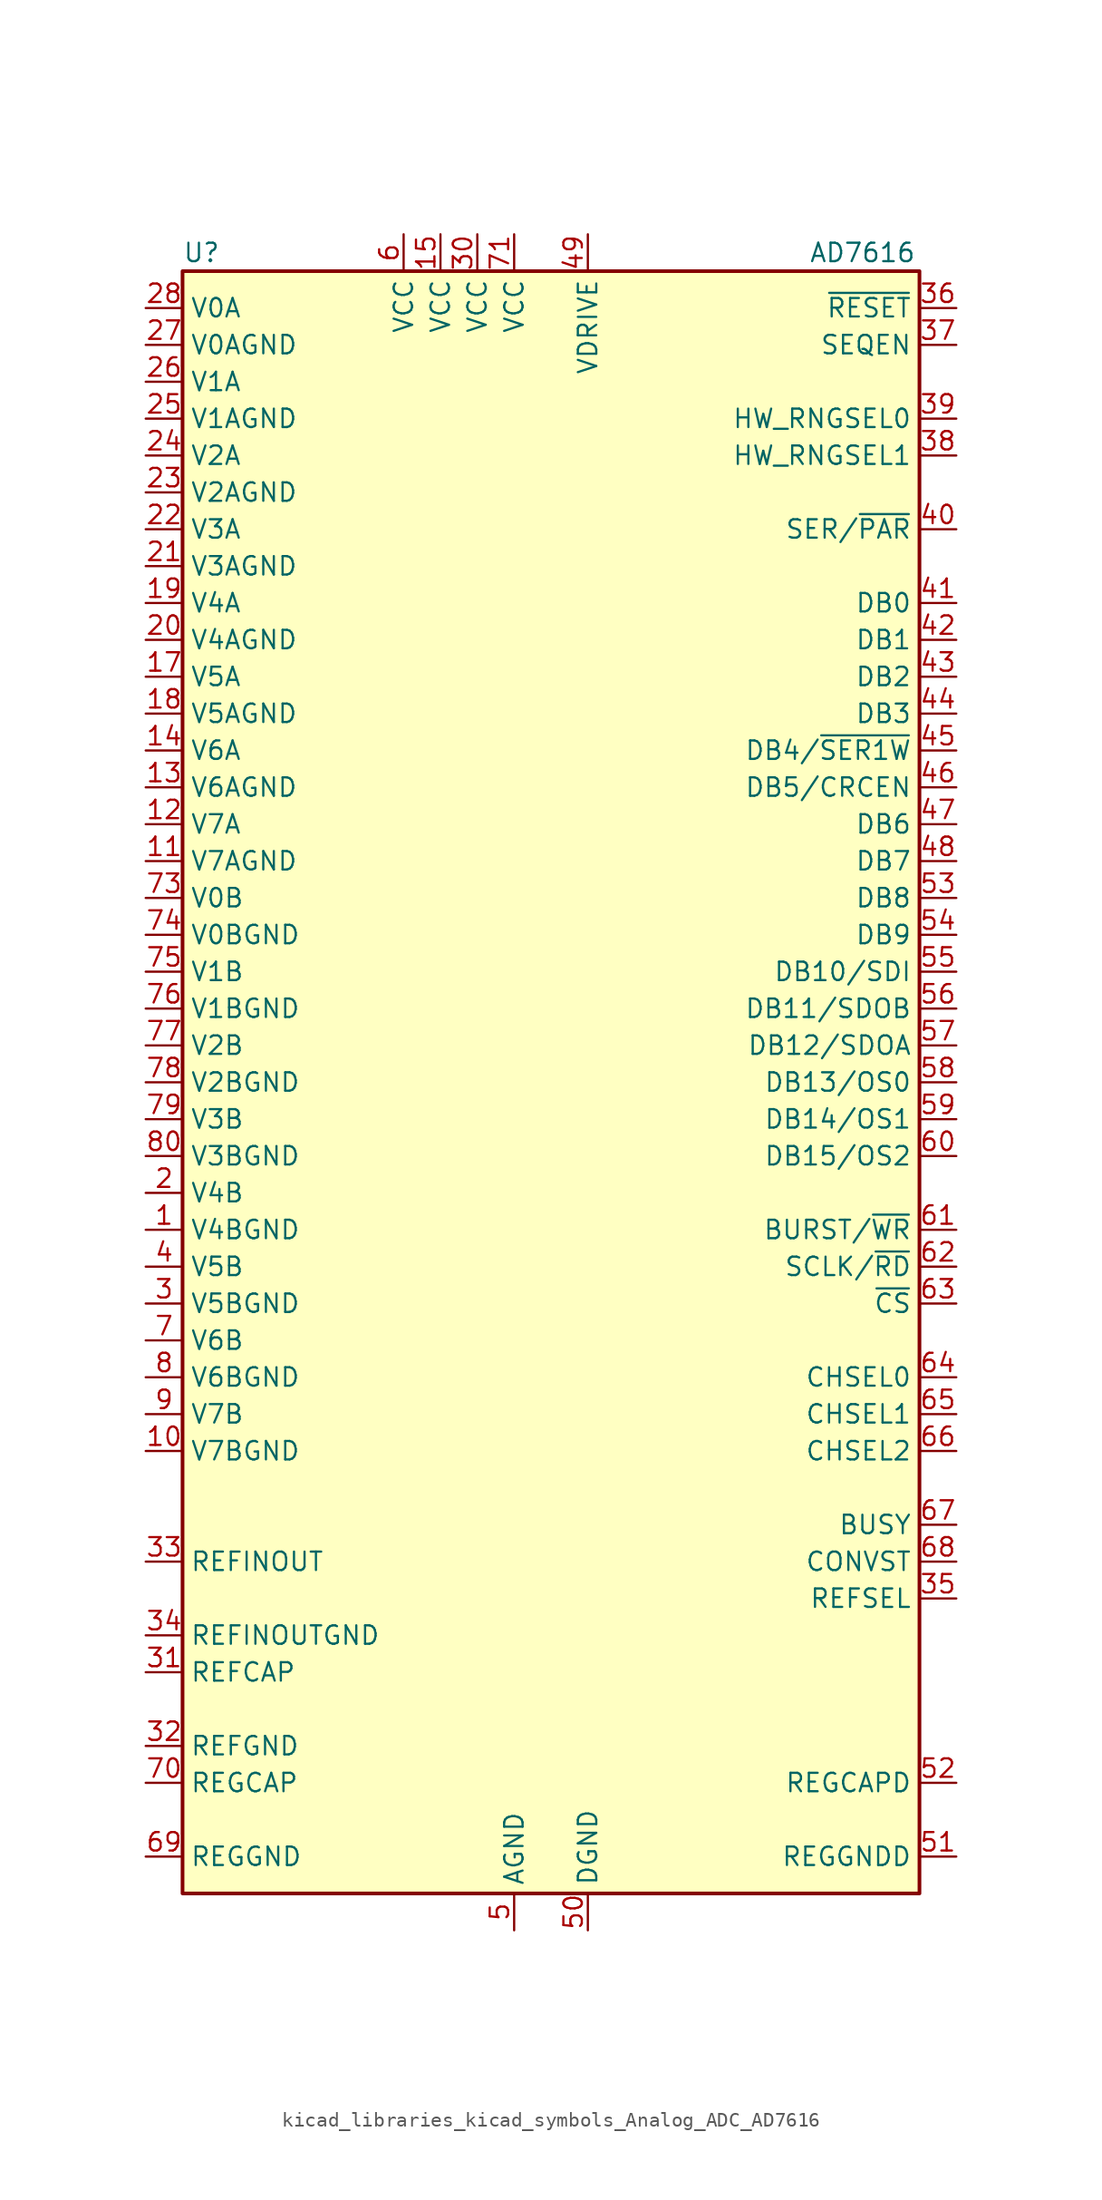
<source format=kicad_sym>
(kicad_symbol_lib
  (version 20220914)
  (generator kicad_symbol_editor)
  (symbol "kicad_libraries_kicad_symbols_Analog_ADC_AD7616"
    (property "Reference" "U"
      (at -25.4 57.15 0)
      (effects (font (size 1.27 1.27)) (justify left)))
    (property "Value" "AD7616"
      (at 17.78 57.15 0)
      (effects (font (size 1.27 1.27)) (justify left)))
    (symbol "kicad_libraries_kicad_symbols_Analog_ADC_AD7616_1_1"
      (rectangle (start -25.4 55.88) (end 25.4 -55.88) (stroke (width 0.254) (type default)) (fill (type background)))
      (pin input line (at -27.94 -10.16 0) (length 2.54) (name "V4BGND" (effects (font (size 1.27 1.27)))) (number "1" (effects (font (size 1.27 1.27)))))
      (pin input line (at -27.94 -25.4 0) (length 2.54) (name "V7BGND" (effects (font (size 1.27 1.27)))) (number "10" (effects (font (size 1.27 1.27)))))
      (pin input line (at -27.94 15.24 0) (length 2.54) (name "V7AGND" (effects (font (size 1.27 1.27)))) (number "11" (effects (font (size 1.27 1.27)))))
      (pin input line (at -27.94 17.78 0) (length 2.54) (name "V7A" (effects (font (size 1.27 1.27)))) (number "12" (effects (font (size 1.27 1.27)))))
      (pin input line (at -27.94 20.32 0) (length 2.54) (name "V6AGND" (effects (font (size 1.27 1.27)))) (number "13" (effects (font (size 1.27 1.27)))))
      (pin input line (at -27.94 22.86 0) (length 2.54) (name "V6A" (effects (font (size 1.27 1.27)))) (number "14" (effects (font (size 1.27 1.27)))))
      (pin power_in line (at -7.62 58.42 270) (length 2.54) (name "VCC" (effects (font (size 1.27 1.27)))) (number "15" (effects (font (size 1.27 1.27)))))
      (pin passive line (at -2.54 -58.42 90) (length 2.54) hide (name "AGND" (effects (font (size 1.27 1.27)))) (number "16" (effects (font (size 1.27 1.27)))))
      (pin input line (at -27.94 27.94 0) (length 2.54) (name "V5A" (effects (font (size 1.27 1.27)))) (number "17" (effects (font (size 1.27 1.27)))))
      (pin input line (at -27.94 25.4 0) (length 2.54) (name "V5AGND" (effects (font (size 1.27 1.27)))) (number "18" (effects (font (size 1.27 1.27)))))
      (pin input line (at -27.94 33.02 0) (length 2.54) (name "V4A" (effects (font (size 1.27 1.27)))) (number "19" (effects (font (size 1.27 1.27)))))
      (pin input line (at -27.94 -7.62 0) (length 2.54) (name "V4B" (effects (font (size 1.27 1.27)))) (number "2" (effects (font (size 1.27 1.27)))))
      (pin input line (at -27.94 30.48 0) (length 2.54) (name "V4AGND" (effects (font (size 1.27 1.27)))) (number "20" (effects (font (size 1.27 1.27)))))
      (pin input line (at -27.94 35.56 0) (length 2.54) (name "V3AGND" (effects (font (size 1.27 1.27)))) (number "21" (effects (font (size 1.27 1.27)))))
      (pin input line (at -27.94 38.1 0) (length 2.54) (name "V3A" (effects (font (size 1.27 1.27)))) (number "22" (effects (font (size 1.27 1.27)))))
      (pin input line (at -27.94 40.64 0) (length 2.54) (name "V2AGND" (effects (font (size 1.27 1.27)))) (number "23" (effects (font (size 1.27 1.27)))))
      (pin input line (at -27.94 43.18 0) (length 2.54) (name "V2A" (effects (font (size 1.27 1.27)))) (number "24" (effects (font (size 1.27 1.27)))))
      (pin input line (at -27.94 45.72 0) (length 2.54) (name "V1AGND" (effects (font (size 1.27 1.27)))) (number "25" (effects (font (size 1.27 1.27)))))
      (pin input line (at -27.94 48.26 0) (length 2.54) (name "V1A" (effects (font (size 1.27 1.27)))) (number "26" (effects (font (size 1.27 1.27)))))
      (pin input line (at -27.94 50.8 0) (length 2.54) (name "V0AGND" (effects (font (size 1.27 1.27)))) (number "27" (effects (font (size 1.27 1.27)))))
      (pin input line (at -27.94 53.34 0) (length 2.54) (name "V0A" (effects (font (size 1.27 1.27)))) (number "28" (effects (font (size 1.27 1.27)))))
      (pin passive line (at -2.54 -58.42 90) (length 2.54) hide (name "AGND" (effects (font (size 1.27 1.27)))) (number "29" (effects (font (size 1.27 1.27)))))
      (pin input line (at -27.94 -15.24 0) (length 2.54) (name "V5BGND" (effects (font (size 1.27 1.27)))) (number "3" (effects (font (size 1.27 1.27)))))
      (pin power_in line (at -5.08 58.42 270) (length 2.54) (name "VCC" (effects (font (size 1.27 1.27)))) (number "30" (effects (font (size 1.27 1.27)))))
      (pin passive line (at -27.94 -40.64 0) (length 2.54) (name "REFCAP" (effects (font (size 1.27 1.27)))) (number "31" (effects (font (size 1.27 1.27)))))
      (pin power_in line (at -27.94 -45.72 0) (length 2.54) (name "REFGND" (effects (font (size 1.27 1.27)))) (number "32" (effects (font (size 1.27 1.27)))))
      (pin input line (at -27.94 -33.02 0) (length 2.54) (name "REFINOUT" (effects (font (size 1.27 1.27)))) (number "33" (effects (font (size 1.27 1.27)))))
      (pin power_in line (at -27.94 -38.1 0) (length 2.54) (name "REFINOUTGND" (effects (font (size 1.27 1.27)))) (number "34" (effects (font (size 1.27 1.27)))))
      (pin input line (at 27.94 -35.56 180) (length 2.54) (name "REFSEL" (effects (font (size 1.27 1.27)))) (number "35" (effects (font (size 1.27 1.27)))))
      (pin input line (at 27.94 53.34 180) (length 2.54) (name "~{RESET}" (effects (font (size 1.27 1.27)))) (number "36" (effects (font (size 1.27 1.27)))))
      (pin input line (at 27.94 50.8 180) (length 2.54) (name "SEQEN" (effects (font (size 1.27 1.27)))) (number "37" (effects (font (size 1.27 1.27)))))
      (pin input line (at 27.94 43.18 180) (length 2.54) (name "HW_RNGSEL1" (effects (font (size 1.27 1.27)))) (number "38" (effects (font (size 1.27 1.27)))))
      (pin input line (at 27.94 45.72 180) (length 2.54) (name "HW_RNGSEL0" (effects (font (size 1.27 1.27)))) (number "39" (effects (font (size 1.27 1.27)))))
      (pin input line (at -27.94 -12.7 0) (length 2.54) (name "V5B" (effects (font (size 1.27 1.27)))) (number "4" (effects (font (size 1.27 1.27)))))
      (pin input line (at 27.94 38.1 180) (length 2.54) (name "SER/~{PAR}" (effects (font (size 1.27 1.27)))) (number "40" (effects (font (size 1.27 1.27)))))
      (pin bidirectional line (at 27.94 33.02 180) (length 2.54) (name "DB0" (effects (font (size 1.27 1.27)))) (number "41" (effects (font (size 1.27 1.27)))))
      (pin bidirectional line (at 27.94 30.48 180) (length 2.54) (name "DB1" (effects (font (size 1.27 1.27)))) (number "42" (effects (font (size 1.27 1.27)))))
      (pin bidirectional line (at 27.94 27.94 180) (length 2.54) (name "DB2" (effects (font (size 1.27 1.27)))) (number "43" (effects (font (size 1.27 1.27)))))
      (pin bidirectional line (at 27.94 25.4 180) (length 2.54) (name "DB3" (effects (font (size 1.27 1.27)))) (number "44" (effects (font (size 1.27 1.27)))))
      (pin bidirectional line (at 27.94 22.86 180) (length 2.54) (name "DB4/~{SER1W}" (effects (font (size 1.27 1.27)))) (number "45" (effects (font (size 1.27 1.27)))))
      (pin bidirectional line (at 27.94 20.32 180) (length 2.54) (name "DB5/CRCEN" (effects (font (size 1.27 1.27)))) (number "46" (effects (font (size 1.27 1.27)))))
      (pin bidirectional line (at 27.94 17.78 180) (length 2.54) (name "DB6" (effects (font (size 1.27 1.27)))) (number "47" (effects (font (size 1.27 1.27)))))
      (pin bidirectional line (at 27.94 15.24 180) (length 2.54) (name "DB7" (effects (font (size 1.27 1.27)))) (number "48" (effects (font (size 1.27 1.27)))))
      (pin power_in line (at 2.54 58.42 270) (length 2.54) (name "VDRIVE" (effects (font (size 1.27 1.27)))) (number "49" (effects (font (size 1.27 1.27)))))
      (pin power_in line (at -2.54 -58.42 90) (length 2.54) (name "AGND" (effects (font (size 1.27 1.27)))) (number "5" (effects (font (size 1.27 1.27)))))
      (pin power_in line (at 2.54 -58.42 90) (length 2.54) (name "DGND" (effects (font (size 1.27 1.27)))) (number "50" (effects (font (size 1.27 1.27)))))
      (pin power_in line (at 27.94 -53.34 180) (length 2.54) (name "REGGNDD" (effects (font (size 1.27 1.27)))) (number "51" (effects (font (size 1.27 1.27)))))
      (pin passive line (at 27.94 -48.26 180) (length 2.54) (name "REGCAPD" (effects (font (size 1.27 1.27)))) (number "52" (effects (font (size 1.27 1.27)))))
      (pin bidirectional line (at 27.94 12.7 180) (length 2.54) (name "DB8" (effects (font (size 1.27 1.27)))) (number "53" (effects (font (size 1.27 1.27)))))
      (pin bidirectional line (at 27.94 10.16 180) (length 2.54) (name "DB9" (effects (font (size 1.27 1.27)))) (number "54" (effects (font (size 1.27 1.27)))))
      (pin bidirectional line (at 27.94 7.62 180) (length 2.54) (name "DB10/SDI" (effects (font (size 1.27 1.27)))) (number "55" (effects (font (size 1.27 1.27)))))
      (pin bidirectional line (at 27.94 5.08 180) (length 2.54) (name "DB11/SDOB" (effects (font (size 1.27 1.27)))) (number "56" (effects (font (size 1.27 1.27)))))
      (pin bidirectional line (at 27.94 2.54 180) (length 2.54) (name "DB12/SDOA" (effects (font (size 1.27 1.27)))) (number "57" (effects (font (size 1.27 1.27)))))
      (pin bidirectional line (at 27.94 0 180) (length 2.54) (name "DB13/OS0" (effects (font (size 1.27 1.27)))) (number "58" (effects (font (size 1.27 1.27)))))
      (pin bidirectional line (at 27.94 -2.54 180) (length 2.54) (name "DB14/OS1" (effects (font (size 1.27 1.27)))) (number "59" (effects (font (size 1.27 1.27)))))
      (pin power_in line (at -10.16 58.42 270) (length 2.54) (name "VCC" (effects (font (size 1.27 1.27)))) (number "6" (effects (font (size 1.27 1.27)))))
      (pin bidirectional line (at 27.94 -5.08 180) (length 2.54) (name "DB15/OS2" (effects (font (size 1.27 1.27)))) (number "60" (effects (font (size 1.27 1.27)))))
      (pin input line (at 27.94 -10.16 180) (length 2.54) (name "BURST/~{WR}" (effects (font (size 1.27 1.27)))) (number "61" (effects (font (size 1.27 1.27)))))
      (pin input line (at 27.94 -12.7 180) (length 2.54) (name "SCLK/~{RD}" (effects (font (size 1.27 1.27)))) (number "62" (effects (font (size 1.27 1.27)))))
      (pin input line (at 27.94 -15.24 180) (length 2.54) (name "~{CS}" (effects (font (size 1.27 1.27)))) (number "63" (effects (font (size 1.27 1.27)))))
      (pin input line (at 27.94 -20.32 180) (length 2.54) (name "CHSEL0" (effects (font (size 1.27 1.27)))) (number "64" (effects (font (size 1.27 1.27)))))
      (pin input line (at 27.94 -22.86 180) (length 2.54) (name "CHSEL1" (effects (font (size 1.27 1.27)))) (number "65" (effects (font (size 1.27 1.27)))))
      (pin input line (at 27.94 -25.4 180) (length 2.54) (name "CHSEL2" (effects (font (size 1.27 1.27)))) (number "66" (effects (font (size 1.27 1.27)))))
      (pin output line (at 27.94 -30.48 180) (length 2.54) (name "BUSY" (effects (font (size 1.27 1.27)))) (number "67" (effects (font (size 1.27 1.27)))))
      (pin input line (at 27.94 -33.02 180) (length 2.54) (name "CONVST" (effects (font (size 1.27 1.27)))) (number "68" (effects (font (size 1.27 1.27)))))
      (pin power_in line (at -27.94 -53.34 0) (length 2.54) (name "REGGND" (effects (font (size 1.27 1.27)))) (number "69" (effects (font (size 1.27 1.27)))))
      (pin input line (at -27.94 -17.78 0) (length 2.54) (name "V6B" (effects (font (size 1.27 1.27)))) (number "7" (effects (font (size 1.27 1.27)))))
      (pin passive line (at -27.94 -48.26 0) (length 2.54) (name "REGCAP" (effects (font (size 1.27 1.27)))) (number "70" (effects (font (size 1.27 1.27)))))
      (pin power_in line (at -2.54 58.42 270) (length 2.54) (name "VCC" (effects (font (size 1.27 1.27)))) (number "71" (effects (font (size 1.27 1.27)))))
      (pin passive line (at -2.54 -58.42 90) (length 2.54) hide (name "AGND" (effects (font (size 1.27 1.27)))) (number "72" (effects (font (size 1.27 1.27)))))
      (pin input line (at -27.94 12.7 0) (length 2.54) (name "V0B" (effects (font (size 1.27 1.27)))) (number "73" (effects (font (size 1.27 1.27)))))
      (pin input line (at -27.94 10.16 0) (length 2.54) (name "V0BGND" (effects (font (size 1.27 1.27)))) (number "74" (effects (font (size 1.27 1.27)))))
      (pin input line (at -27.94 7.62 0) (length 2.54) (name "V1B" (effects (font (size 1.27 1.27)))) (number "75" (effects (font (size 1.27 1.27)))))
      (pin input line (at -27.94 5.08 0) (length 2.54) (name "V1BGND" (effects (font (size 1.27 1.27)))) (number "76" (effects (font (size 1.27 1.27)))))
      (pin input line (at -27.94 2.54 0) (length 2.54) (name "V2B" (effects (font (size 1.27 1.27)))) (number "77" (effects (font (size 1.27 1.27)))))
      (pin input line (at -27.94 0 0) (length 2.54) (name "V2BGND" (effects (font (size 1.27 1.27)))) (number "78" (effects (font (size 1.27 1.27)))))
      (pin input line (at -27.94 -2.54 0) (length 2.54) (name "V3B" (effects (font (size 1.27 1.27)))) (number "79" (effects (font (size 1.27 1.27)))))
      (pin input line (at -27.94 -20.32 0) (length 2.54) (name "V6BGND" (effects (font (size 1.27 1.27)))) (number "8" (effects (font (size 1.27 1.27)))))
      (pin input line (at -27.94 -5.08 0) (length 2.54) (name "V3BGND" (effects (font (size 1.27 1.27)))) (number "80" (effects (font (size 1.27 1.27)))))
      (pin input line (at -27.94 -22.86 0) (length 2.54) (name "V7B" (effects (font (size 1.27 1.27)))) (number "9" (effects (font (size 1.27 1.27))))))))
</source>
